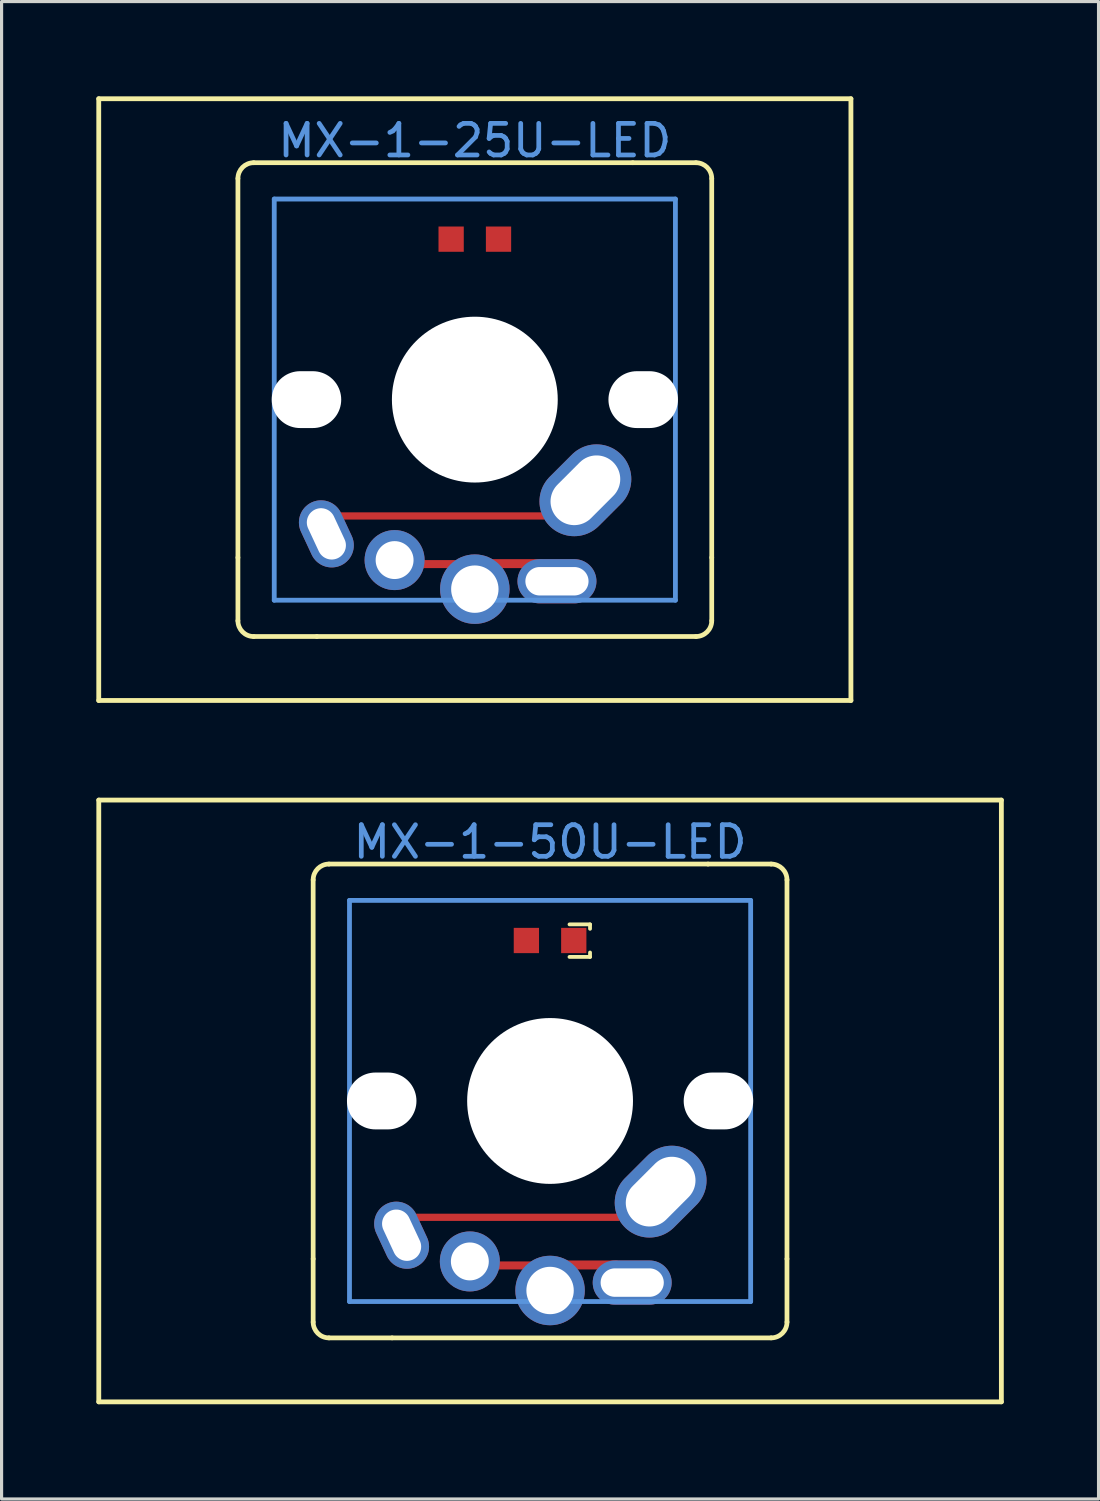
<source format=kicad_pcb>
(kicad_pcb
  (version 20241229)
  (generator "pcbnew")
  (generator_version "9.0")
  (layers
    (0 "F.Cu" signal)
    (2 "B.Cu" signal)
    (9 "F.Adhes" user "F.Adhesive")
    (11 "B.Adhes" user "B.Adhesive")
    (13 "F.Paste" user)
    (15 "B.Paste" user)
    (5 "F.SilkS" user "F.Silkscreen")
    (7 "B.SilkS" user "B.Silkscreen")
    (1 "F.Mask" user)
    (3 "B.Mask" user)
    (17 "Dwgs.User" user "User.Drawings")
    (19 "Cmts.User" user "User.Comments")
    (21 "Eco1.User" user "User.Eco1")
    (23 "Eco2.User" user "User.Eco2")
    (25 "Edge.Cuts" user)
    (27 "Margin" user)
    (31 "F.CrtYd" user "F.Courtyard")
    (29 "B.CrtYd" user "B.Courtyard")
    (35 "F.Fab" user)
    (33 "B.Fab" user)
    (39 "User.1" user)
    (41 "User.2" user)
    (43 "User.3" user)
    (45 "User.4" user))
  (footprint "MX-1-25U-LED"
    (layer "F.Cu")
    (at 11.982 9.601)
    (property "Reference" "MX-1-25U-LED" (at 0 -8.2 0) (layer "Cmts.User") (effects (font (size 1 1) (thickness 0.15))))
    (attr through_hole)
    (fp_line (start -11.906 -9.525) (end 11.906 -9.525) (stroke (width 0.152) (type solid)) (layer "F.SilkS"))
    (fp_line (start -11.906 9.525) (end -11.906 -9.525) (stroke (width 0.152) (type solid)) (layer "F.SilkS"))
    (fp_line (start -7.5 -7) (end -7.5 5) (stroke (width 0.15) (type solid)) (layer "F.SilkS"))
    (fp_line (start -7.5 7) (end -7.5 5) (stroke (width 0.15) (type solid)) (layer "F.SilkS"))
    (fp_line (start -7 -7.5) (end 5 -7.5) (stroke (width 0.15) (type solid)) (layer "F.SilkS"))
    (fp_line (start -7 7.5) (end -5 7.5) (stroke (width 0.15) (type solid)) (layer "F.SilkS"))
    (fp_line (start 7 -7.5) (end 5 -7.5) (stroke (width 0.15) (type solid)) (layer "F.SilkS"))
    (fp_line (start 7 7.5) (end -5 7.5) (stroke (width 0.15) (type solid)) (layer "F.SilkS"))
    (fp_line (start 7.5 -7) (end 7.5 5) (stroke (width 0.15) (type solid)) (layer "F.SilkS"))
    (fp_line (start 7.5 7) (end 7.5 5) (stroke (width 0.15) (type solid)) (layer "F.SilkS"))
    (fp_line (start 11.906 -9.525) (end 11.906 9.525) (stroke (width 0.152) (type solid)) (layer "F.SilkS"))
    (fp_line (start 11.906 9.525) (end -11.906 9.525) (stroke (width 0.152) (type solid)) (layer "F.SilkS"))
    (fp_arc (start -7.5 -7) (mid -7.353553 -7.353553) (end -7 -7.5) (stroke (width 0.15) (type solid)) (layer "F.SilkS"))
    (fp_arc (start -7 7.5) (mid -7.353553 7.353553) (end -7.5 7) (stroke (width 0.15) (type solid)) (layer "F.SilkS"))
    (fp_arc (start 7 -7.5) (mid 7.353553 -7.353553) (end 7.5 -7) (stroke (width 0.15) (type solid)) (layer "F.SilkS"))
    (fp_arc (start 7.5 7) (mid 7.353553 7.353553) (end 7 7.5) (stroke (width 0.15) (type solid)) (layer "F.SilkS"))
    (fp_line (start -6.35 -6.35) (end 6.35 -6.35) (stroke (width 0.152) (type solid)) (layer "Cmts.User"))
    (fp_line (start -6.35 6.35) (end -6.35 -6.35) (stroke (width 0.152) (type solid)) (layer "Cmts.User"))
    (fp_line (start 6.35 -6.35) (end 6.35 6.35) (stroke (width 0.152) (type solid)) (layer "Cmts.User"))
    (fp_line (start 6.35 6.35) (end -6.35 6.35) (stroke (width 0.152) (type solid)) (layer "Cmts.User"))
    (fp_line (start -7.798 -6.005) (end -6.985 -6.005) (stroke (width 0.152) (type solid)) (layer "Eco2.User"))
    (fp_line (start -7.798 -2.504) (end -7.798 -6.005) (stroke (width 0.152) (type solid)) (layer "Eco2.User"))
    (fp_line (start -7.798 2.504) (end -6.985 2.504) (stroke (width 0.152) (type solid)) (layer "Eco2.User"))
    (fp_line (start -7.798 6.005) (end -7.798 2.504) (stroke (width 0.152) (type solid)) (layer "Eco2.User"))
    (fp_line (start -6.985 -6.985) (end 6.985 -6.985) (stroke (width 0.152) (type solid)) (layer "Eco2.User"))
    (fp_line (start -6.985 -6.005) (end -6.985 -6.985) (stroke (width 0.152) (type solid)) (layer "Eco2.User"))
    (fp_line (start -6.985 -2.504) (end -7.798 -2.504) (stroke (width 0.152) (type solid)) (layer "Eco2.User"))
    (fp_line (start -6.985 2.504) (end -6.985 -2.504) (stroke (width 0.152) (type solid)) (layer "Eco2.User"))
    (fp_line (start -6.985 6.005) (end -7.798 6.005) (stroke (width 0.152) (type solid)) (layer "Eco2.User"))
    (fp_line (start -6.985 6.985) (end -6.985 6.005) (stroke (width 0.152) (type solid)) (layer "Eco2.User"))
    (fp_line (start 6.985 -6.985) (end 6.985 -6.005) (stroke (width 0.152) (type solid)) (layer "Eco2.User"))
    (fp_line (start 6.985 -6.005) (end 7.798 -6.005) (stroke (width 0.152) (type solid)) (layer "Eco2.User"))
    (fp_line (start 6.985 -2.504) (end 6.985 2.504) (stroke (width 0.152) (type solid)) (layer "Eco2.User"))
    (fp_line (start 6.985 2.504) (end 7.798 2.504) (stroke (width 0.152) (type solid)) (layer "Eco2.User"))
    (fp_line (start 6.985 6.005) (end 6.985 6.985) (stroke (width 0.152) (type solid)) (layer "Eco2.User"))
    (fp_line (start 6.985 6.985) (end -6.985 6.985) (stroke (width 0.152) (type solid)) (layer "Eco2.User"))
    (fp_line (start 7.798 -6.005) (end 7.798 -2.504) (stroke (width 0.152) (type solid)) (layer "Eco2.User"))
    (fp_line (start 7.798 -2.504) (end 6.985 -2.504) (stroke (width 0.152) (type solid)) (layer "Eco2.User"))
    (fp_line (start 7.798 2.504) (end 7.798 6.005) (stroke (width 0.152) (type solid)) (layer "Eco2.User"))
    (fp_line (start 7.798 6.005) (end 6.985 6.005) (stroke (width 0.152) (type solid)) (layer "Eco2.User"))
    (pad "" np_thru_hole oval (at -5.33 0 270) (size 1.8 2.2) (drill oval 1.8 2.2) (layers "*.Cu" "*.Mask"))
    (pad "" np_thru_hole circle (at 0 0 180) (size 5.25 5.25) (drill 5.25) (layers "*.Cu" "*.Mask"))
    (pad "" np_thru_hole oval (at 5.33 0 270) (size 1.8 2.2) (drill oval 1.8 2.2) (layers "*.Cu" "*.Mask"))
    (pad "1" thru_hole oval (at -4.7 4.25 205) (size 1.4 2.2) (drill oval 0.9 1.7) (layers "*.Cu" "*.Mask"))
    (pad "1" smd rect (at -1.219 3.683 270) (size 0.229 6.833) (layers "F.Cu" "F.Mask" "F.Paste"))
    (pad "1" thru_hole oval (at 3.5 2.87 225) (size 3.2 2.2) (drill oval 2.5 1.5) (layers "*.Cu" "*.Mask"))
    (pad "2" thru_hole circle (at -2.54 5.08 90) (size 1.9 1.9) (drill 1.2) (layers "*.Cu" "*.Mask"))
    (pad "2" smd rect (at -1.27 5.207 270) (size 0.254 1.312) (layers "F.Cu" "F.Mask" "F.Paste"))
    (pad "2" thru_hole circle (at 0 6 90) (size 2.2 2.2) (drill 1.5) (layers "*.Cu" "*.Mask"))
    (pad "2" smd rect (at 1.26 5.192 270) (size 0.284 1.758) (layers "F.Cu" "F.Mask" "F.Paste"))
    (pad "2" thru_hole oval (at 2.6 5.75 270) (size 1.4 2.5) (drill oval 0.9 2) (layers "*.Cu" "*.Mask"))
    (pad "3" smd rect (at 0.75 -5.08 90) (size 0.8 0.8) (layers "F.Cu" "F.Mask" "F.Paste"))
    (pad "4" smd rect (at -0.75 -5.08 90) (size 0.8 0.8) (layers "F.Cu" "F.Mask" "F.Paste")))
  (footprint "MX-1-50U-LED"
    (layer "F.Cu")
    (at 14.364 26.724)
    (property "Reference" "MX-1-50U-LED" (at 0 -3.12 0) (layer "Cmts.User") (effects (font (size 1 1) (thickness 0.15))))
    (fp_line (start -14.287 -4.445) (end 14.287 -4.445) (stroke (width 0.152) (type solid)) (layer "F.SilkS"))
    (fp_line (start -14.287 14.605) (end -14.287 -4.445) (stroke (width 0.152) (type solid)) (layer "F.SilkS"))
    (fp_line (start -7.5 -1.92) (end -7.5 10.08) (stroke (width 0.15) (type solid)) (layer "F.SilkS"))
    (fp_line (start -7.5 12.08) (end -7.5 10.08) (stroke (width 0.15) (type solid)) (layer "F.SilkS"))
    (fp_line (start -7 -2.42) (end 5 -2.42) (stroke (width 0.15) (type solid)) (layer "F.SilkS"))
    (fp_line (start -7 12.58) (end -5 12.58) (stroke (width 0.15) (type solid)) (layer "F.SilkS"))
    (fp_line (start 0.615 -0.51) (end 1.265 -0.51) (stroke (width 0.12) (type solid)) (layer "F.SilkS"))
    (fp_line (start 0.615 0.52) (end 1.265 0.52) (stroke (width 0.12) (type solid)) (layer "F.SilkS"))
    (fp_line (start 1.265 -0.51) (end 1.265 -0.37) (stroke (width 0.12) (type solid)) (layer "F.SilkS"))
    (fp_line (start 1.265 0.52) (end 1.265 0.38) (stroke (width 0.12) (type solid)) (layer "F.SilkS"))
    (fp_line (start 7 -2.42) (end 5 -2.42) (stroke (width 0.15) (type solid)) (layer "F.SilkS"))
    (fp_line (start 7 12.58) (end -5 12.58) (stroke (width 0.15) (type solid)) (layer "F.SilkS"))
    (fp_line (start 7.5 -1.92) (end 7.5 10.08) (stroke (width 0.15) (type solid)) (layer "F.SilkS"))
    (fp_line (start 7.5 12.08) (end 7.5 10.08) (stroke (width 0.15) (type solid)) (layer "F.SilkS"))
    (fp_line (start 14.287 -4.445) (end 14.287 14.605) (stroke (width 0.152) (type solid)) (layer "F.SilkS"))
    (fp_line (start 14.287 14.605) (end -14.287 14.605) (stroke (width 0.152) (type solid)) (layer "F.SilkS"))
    (fp_arc (start -7.5 -1.92) (mid -7.353553 -2.273553) (end -7 -2.42) (stroke (width 0.15) (type solid)) (layer "F.SilkS"))
    (fp_arc (start -7 12.58) (mid -7.353553 12.433553) (end -7.5 12.08) (stroke (width 0.15) (type solid)) (layer "F.SilkS"))
    (fp_arc (start 7 -2.42) (mid 7.353553 -2.273553) (end 7.5 -1.92) (stroke (width 0.15) (type solid)) (layer "F.SilkS"))
    (fp_arc (start 7.5 12.08) (mid 7.353553 12.433553) (end 7 12.58) (stroke (width 0.15) (type solid)) (layer "F.SilkS"))
    (fp_line (start -6.35 -1.27) (end 6.35 -1.27) (stroke (width 0.152) (type solid)) (layer "Cmts.User"))
    (fp_line (start -6.35 11.43) (end -6.35 -1.27) (stroke (width 0.152) (type solid)) (layer "Cmts.User"))
    (fp_line (start 6.35 -1.27) (end 6.35 11.43) (stroke (width 0.152) (type solid)) (layer "Cmts.User"))
    (fp_line (start 6.35 11.43) (end -6.35 11.43) (stroke (width 0.152) (type solid)) (layer "Cmts.User"))
    (fp_line (start -7.798 -0.925) (end -6.985 -0.925) (stroke (width 0.152) (type solid)) (layer "Eco2.User"))
    (fp_line (start -7.798 2.576) (end -7.798 -0.925) (stroke (width 0.152) (type solid)) (layer "Eco2.User"))
    (fp_line (start -7.798 7.584) (end -6.985 7.584) (stroke (width 0.152) (type solid)) (layer "Eco2.User"))
    (fp_line (start -7.798 11.085) (end -7.798 7.584) (stroke (width 0.152) (type solid)) (layer "Eco2.User"))
    (fp_line (start -6.985 -1.905) (end 6.985 -1.905) (stroke (width 0.152) (type solid)) (layer "Eco2.User"))
    (fp_line (start -6.985 -0.925) (end -6.985 -1.905) (stroke (width 0.152) (type solid)) (layer "Eco2.User"))
    (fp_line (start -6.985 2.576) (end -7.798 2.576) (stroke (width 0.152) (type solid)) (layer "Eco2.User"))
    (fp_line (start -6.985 7.584) (end -6.985 2.576) (stroke (width 0.152) (type solid)) (layer "Eco2.User"))
    (fp_line (start -6.985 11.085) (end -7.798 11.085) (stroke (width 0.152) (type solid)) (layer "Eco2.User"))
    (fp_line (start -6.985 12.065) (end -6.985 11.085) (stroke (width 0.152) (type solid)) (layer "Eco2.User"))
    (fp_line (start 6.985 -1.905) (end 6.985 -0.925) (stroke (width 0.152) (type solid)) (layer "Eco2.User"))
    (fp_line (start 6.985 -0.925) (end 7.798 -0.925) (stroke (width 0.152) (type solid)) (layer "Eco2.User"))
    (fp_line (start 6.985 2.576) (end 6.985 7.584) (stroke (width 0.152) (type solid)) (layer "Eco2.User"))
    (fp_line (start 6.985 7.584) (end 7.798 7.584) (stroke (width 0.152) (type solid)) (layer "Eco2.User"))
    (fp_line (start 6.985 11.085) (end 6.985 12.065) (stroke (width 0.152) (type solid)) (layer "Eco2.User"))
    (fp_line (start 6.985 12.065) (end -6.985 12.065) (stroke (width 0.152) (type solid)) (layer "Eco2.User"))
    (fp_line (start 7.798 -0.925) (end 7.798 2.576) (stroke (width 0.152) (type solid)) (layer "Eco2.User"))
    (fp_line (start 7.798 2.576) (end 6.985 2.576) (stroke (width 0.152) (type solid)) (layer "Eco2.User"))
    (fp_line (start 7.798 7.584) (end 7.798 11.085) (stroke (width 0.152) (type solid)) (layer "Eco2.User"))
    (fp_line (start 7.798 11.085) (end 6.985 11.085) (stroke (width 0.152) (type solid)) (layer "Eco2.User"))
    (pad "" np_thru_hole oval (at -5.33 5.08 270) (size 1.8 2.2) (drill oval 1.8 2.2) (layers "*.Cu" "*.Mask"))
    (pad "" np_thru_hole circle (at 0 5.08 180) (size 5.25 5.25) (drill 5.25) (layers "*.Cu" "*.Mask"))
    (pad "" np_thru_hole oval (at 5.33 5.08 270) (size 1.8 2.2) (drill oval 1.8 2.2) (layers "*.Cu" "*.Mask"))
    (pad "1" thru_hole oval (at -4.7 9.33 205) (size 1.4 2.2) (drill oval 0.9 1.7) (layers "*.Cu" "*.Mask"))
    (pad "1" smd rect (at -1.219 8.763 270) (size 0.229 6.833) (layers "F.Cu" "F.Mask" "F.Paste"))
    (pad "1" thru_hole oval (at 3.5 7.95 225) (size 3.2 2.2) (drill oval 2.5 1.5) (layers "*.Cu" "*.Mask"))
    (pad "2" thru_hole circle (at -2.54 10.16 90) (size 1.9 1.9) (drill 1.2) (layers "*.Cu" "*.Mask"))
    (pad "2" smd rect (at -1.27 10.287 270) (size 0.254 1.312) (layers "F.Cu" "F.Mask" "F.Paste"))
    (pad "2" thru_hole circle (at 0 11.08 90) (size 2.2 2.2) (drill 1.5) (layers "*.Cu" "*.Mask"))
    (pad "2" smd rect (at 1.26 10.272 270) (size 0.284 1.758) (layers "F.Cu" "F.Mask" "F.Paste"))
    (pad "2" thru_hole oval (at 2.6 10.83 270) (size 1.4 2.5) (drill oval 0.9 2) (layers "*.Cu" "*.Mask"))
    (pad "3" smd rect (at 0.75 0 90) (size 0.8 0.8) (layers "F.Cu" "F.Mask" "F.Paste"))
    (pad "4" smd rect (at -0.75 0 90) (size 0.8 0.8) (layers "F.Cu" "F.Mask" "F.Paste")))
  (gr_rect
    (start -3 -3)
    (end 31.727 44.405)
    (stroke (width 0.1) (type default))
    (fill no)
    (layer "Edge.Cuts")))
</source>
